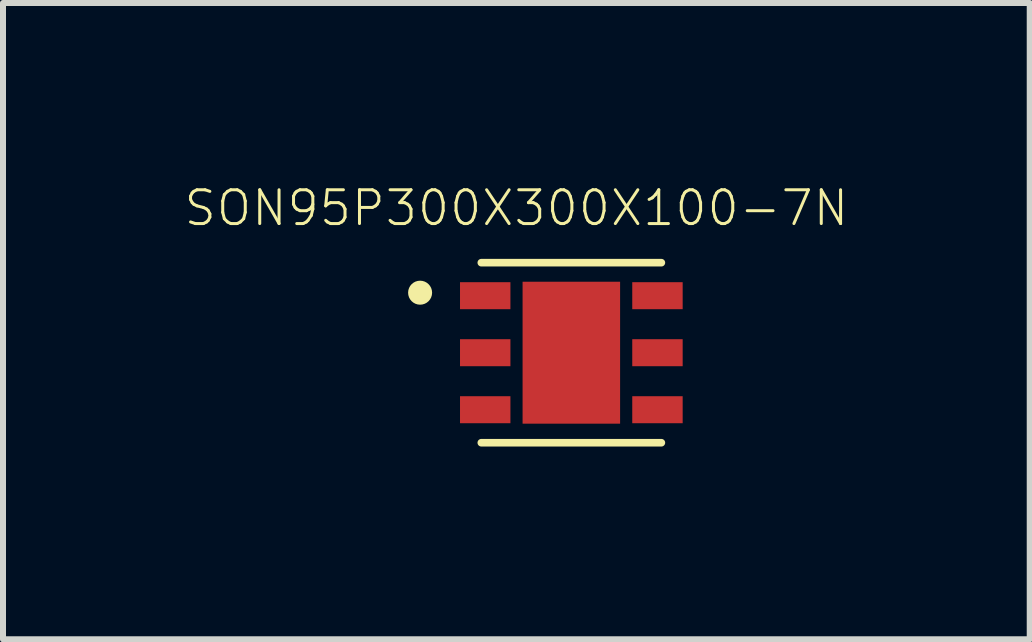
<source format=kicad_pcb>
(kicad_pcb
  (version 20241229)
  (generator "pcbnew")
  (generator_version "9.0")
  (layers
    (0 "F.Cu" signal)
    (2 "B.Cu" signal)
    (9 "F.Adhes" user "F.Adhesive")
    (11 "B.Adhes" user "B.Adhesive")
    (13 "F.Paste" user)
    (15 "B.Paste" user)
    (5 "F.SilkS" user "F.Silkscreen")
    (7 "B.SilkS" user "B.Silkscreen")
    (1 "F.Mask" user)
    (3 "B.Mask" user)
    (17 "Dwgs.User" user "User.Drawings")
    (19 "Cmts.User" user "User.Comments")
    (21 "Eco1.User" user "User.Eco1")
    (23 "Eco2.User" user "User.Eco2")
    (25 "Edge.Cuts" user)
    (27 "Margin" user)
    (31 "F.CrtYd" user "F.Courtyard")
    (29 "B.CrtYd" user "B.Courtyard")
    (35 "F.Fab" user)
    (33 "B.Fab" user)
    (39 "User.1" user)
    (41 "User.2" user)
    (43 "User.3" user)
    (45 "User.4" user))
  (footprint "SON95P300X300X100-7N"
    (layer "F.Cu")
    (at 6.47 2.827)
    (property "Reference" "SON95P300X300X100-7N" (at -0.916 -2.41 0) (layer "F.SilkS") (effects (font (size 0.563 0.563) (thickness 0.05))))
    (attr smd)
    (fp_line (start -1.5 -1.5) (end 1.5 -1.5) (stroke (width 0.127) (type solid)) (layer "F.SilkS"))
    (fp_line (start 1.5 1.5) (end -1.5 1.5) (stroke (width 0.127) (type solid)) (layer "F.SilkS"))
    (fp_circle (center -2.52 -1) (end -2.42 -1) (stroke (width 0.2) (type solid)) (fill no) (layer "F.SilkS"))
    (fp_poly (pts (xy -0.57 -0.83) (xy 0.57 -0.83) (xy 0.57 0.83) (xy -0.57 0.83)) (stroke (width 0) (type solid)) (fill yes) (layer "F.Paste"))
    (fp_line (start -2.1 -1.75) (end 2.1 -1.75) (stroke (width 0.05) (type solid)) (layer "Eco1.User"))
    (fp_line (start -2.1 1.75) (end -2.1 -1.75) (stroke (width 0.05) (type solid)) (layer "Eco1.User"))
    (fp_line (start 2.1 -1.75) (end 2.1 1.75) (stroke (width 0.05) (type solid)) (layer "Eco1.User"))
    (fp_line (start 2.1 1.75) (end -2.1 1.75) (stroke (width 0.05) (type solid)) (layer "Eco1.User"))
    (fp_line (start -1.5 1.5) (end -1.5 -1.5) (stroke (width 0.127) (type solid)) (layer "Eco2.User"))
    (fp_line (start 1.5 -1.5) (end 1.5 1.5) (stroke (width 0.127) (type solid)) (layer "Eco2.User"))
    (pad "1" smd rect (at -1.435 -0.95) (size 0.84 0.45) (layers "F.Cu" "F.Mask" "F.Paste"))
    (pad "2" smd rect (at -1.435 0) (size 0.84 0.45) (layers "F.Cu" "F.Mask" "F.Paste"))
    (pad "3" smd rect (at -1.435 0.95) (size 0.84 0.45) (layers "F.Cu" "F.Mask" "F.Paste"))
    (pad "4" smd rect (at 1.435 0.95 180) (size 0.84 0.45) (layers "F.Cu" "F.Mask" "F.Paste"))
    (pad "5" smd rect (at 1.435 0 180) (size 0.84 0.45) (layers "F.Cu" "F.Mask" "F.Paste"))
    (pad "6" smd rect (at 1.435 -0.95 180) (size 0.84 0.45) (layers "F.Cu" "F.Mask" "F.Paste"))
    (pad "7" smd rect (at 0 0 180) (size 1.625 2.365) (layers "F.Cu" "F.Mask" "F.Paste")))
  (gr_rect
    (start -3 -3)
    (end 14.108 7.602)
    (stroke (width 0.1) (type default))
    (fill no)
    (layer "Edge.Cuts")))
</source>
